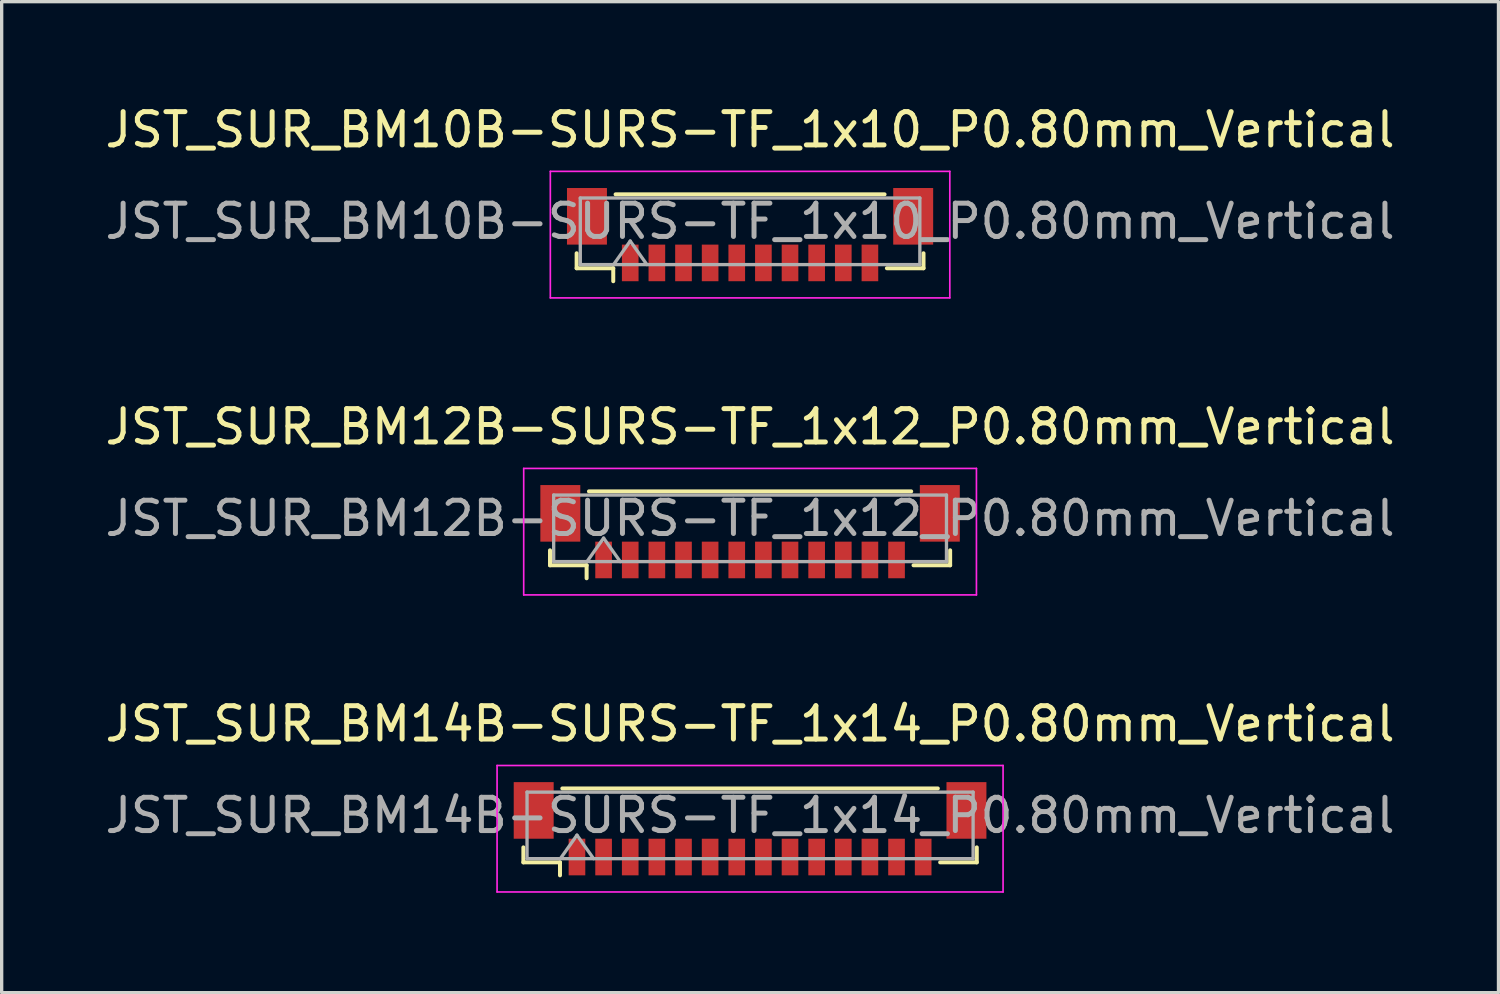
<source format=kicad_pcb>
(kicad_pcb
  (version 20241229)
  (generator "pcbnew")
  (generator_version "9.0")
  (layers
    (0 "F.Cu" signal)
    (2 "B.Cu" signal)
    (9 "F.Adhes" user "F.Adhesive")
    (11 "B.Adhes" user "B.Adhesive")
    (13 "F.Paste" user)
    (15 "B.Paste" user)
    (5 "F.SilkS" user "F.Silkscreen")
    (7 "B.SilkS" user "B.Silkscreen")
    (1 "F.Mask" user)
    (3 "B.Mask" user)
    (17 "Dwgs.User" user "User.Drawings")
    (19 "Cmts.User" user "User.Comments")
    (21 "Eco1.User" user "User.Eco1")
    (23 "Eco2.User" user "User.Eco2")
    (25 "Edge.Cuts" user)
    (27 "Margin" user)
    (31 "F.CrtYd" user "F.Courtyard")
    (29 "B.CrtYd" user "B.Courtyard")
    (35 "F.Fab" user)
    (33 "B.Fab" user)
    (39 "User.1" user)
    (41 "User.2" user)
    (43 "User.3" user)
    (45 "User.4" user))
  (footprint "JST_SUR_BM12B-SURS-TF_1x12_P0.80mm_Vertical"
    (layer "F.Cu")
    (at 19.482 12.921)
    (property "Reference" "JST_SUR_BM12B-SURS-TF_1x12_P0.80mm_Vertical" (at 0 -3.15 0) (layer "F.SilkS") (effects (font (size 1 1) (thickness 0.15))))
    (attr smd)
    (fp_line (start -6.01 0.56) (end -6.01 1.01) (stroke (width 0.12) (type solid)) (layer "F.SilkS"))
    (fp_line (start -6.01 1.01) (end -4.91 1.01) (stroke (width 0.12) (type solid)) (layer "F.SilkS"))
    (fp_line (start -4.91 1.01) (end -4.91 1.4) (stroke (width 0.12) (type solid)) (layer "F.SilkS"))
    (fp_line (start -4.84 -1.21) (end 4.84 -1.21) (stroke (width 0.12) (type solid)) (layer "F.SilkS"))
    (fp_line (start 6.01 0.56) (end 6.01 1.01) (stroke (width 0.12) (type solid)) (layer "F.SilkS"))
    (fp_line (start 6.01 1.01) (end 4.91 1.01) (stroke (width 0.12) (type solid)) (layer "F.SilkS"))
    (fp_line (start -6.8 -1.9) (end -6.8 1.9) (stroke (width 0.05) (type solid)) (layer "F.CrtYd"))
    (fp_line (start -6.8 1.9) (end 6.8 1.9) (stroke (width 0.05) (type solid)) (layer "F.CrtYd"))
    (fp_line (start 6.8 -1.9) (end -6.8 -1.9) (stroke (width 0.05) (type solid)) (layer "F.CrtYd"))
    (fp_line (start 6.8 1.9) (end 6.8 -1.9) (stroke (width 0.05) (type solid)) (layer "F.CrtYd"))
    (fp_line (start -5.9 -1.1) (end 5.9 -1.1) (stroke (width 0.1) (type solid)) (layer "F.Fab"))
    (fp_line (start -5.9 0.9) (end -5.9 -1.1) (stroke (width 0.1) (type solid)) (layer "F.Fab"))
    (fp_line (start -5.9 0.9) (end 5.9 0.9) (stroke (width 0.1) (type solid)) (layer "F.Fab"))
    (fp_line (start -4.9 0.9) (end -4.4 0.193) (stroke (width 0.1) (type solid)) (layer "F.Fab"))
    (fp_line (start -4.4 0.193) (end -3.9 0.9) (stroke (width 0.1) (type solid)) (layer "F.Fab"))
    (fp_line (start 5.9 0.9) (end 5.9 -1.1) (stroke (width 0.1) (type solid)) (layer "F.Fab"))
    (fp_text user "${REFERENCE}" (at 0 -0.4 0) (layer "F.Fab") (effects (font (size 1 1) (thickness 0.15))))
    (pad "" smd rect (at -5.7 -0.55) (size 1.2 1.7) (layers "F.Cu" "F.Mask" "F.Paste"))
    (pad "" smd rect (at 5.7 -0.55) (size 1.2 1.7) (layers "F.Cu" "F.Mask" "F.Paste"))
    (pad "1" smd rect (at -4.4 0.85) (size 0.5 1.1) (layers "F.Cu" "F.Mask" "F.Paste"))
    (pad "2" smd rect (at -3.6 0.85) (size 0.5 1.1) (layers "F.Cu" "F.Mask" "F.Paste"))
    (pad "3" smd rect (at -2.8 0.85) (size 0.5 1.1) (layers "F.Cu" "F.Mask" "F.Paste"))
    (pad "4" smd rect (at -2 0.85) (size 0.5 1.1) (layers "F.Cu" "F.Mask" "F.Paste"))
    (pad "5" smd rect (at -1.2 0.85) (size 0.5 1.1) (layers "F.Cu" "F.Mask" "F.Paste"))
    (pad "6" smd rect (at -0.4 0.85) (size 0.5 1.1) (layers "F.Cu" "F.Mask" "F.Paste"))
    (pad "7" smd rect (at 0.4 0.85) (size 0.5 1.1) (layers "F.Cu" "F.Mask" "F.Paste"))
    (pad "8" smd rect (at 1.2 0.85) (size 0.5 1.1) (layers "F.Cu" "F.Mask" "F.Paste"))
    (pad "9" smd rect (at 2 0.85) (size 0.5 1.1) (layers "F.Cu" "F.Mask" "F.Paste"))
    (pad "10" smd rect (at 2.8 0.85) (size 0.5 1.1) (layers "F.Cu" "F.Mask" "F.Paste"))
    (pad "11" smd rect (at 3.6 0.85) (size 0.5 1.1) (layers "F.Cu" "F.Mask" "F.Paste"))
    (pad "12" smd rect (at 4.4 0.85) (size 0.5 1.1) (layers "F.Cu" "F.Mask" "F.Paste")))
  (footprint "JST_SUR_BM14B-SURS-TF_1x14_P0.80mm_Vertical"
    (layer "F.Cu")
    (at 19.482 21.845)
    (property "Reference" "JST_SUR_BM14B-SURS-TF_1x14_P0.80mm_Vertical" (at 0 -3.15 0) (layer "F.SilkS") (effects (font (size 1 1) (thickness 0.15))))
    (attr smd)
    (fp_line (start -6.81 0.56) (end -6.81 1.01) (stroke (width 0.12) (type solid)) (layer "F.SilkS"))
    (fp_line (start -6.81 1.01) (end -5.71 1.01) (stroke (width 0.12) (type solid)) (layer "F.SilkS"))
    (fp_line (start -5.71 1.01) (end -5.71 1.4) (stroke (width 0.12) (type solid)) (layer "F.SilkS"))
    (fp_line (start -5.64 -1.21) (end 5.64 -1.21) (stroke (width 0.12) (type solid)) (layer "F.SilkS"))
    (fp_line (start 6.81 0.56) (end 6.81 1.01) (stroke (width 0.12) (type solid)) (layer "F.SilkS"))
    (fp_line (start 6.81 1.01) (end 5.71 1.01) (stroke (width 0.12) (type solid)) (layer "F.SilkS"))
    (fp_line (start -7.6 -1.9) (end -7.6 1.9) (stroke (width 0.05) (type solid)) (layer "F.CrtYd"))
    (fp_line (start -7.6 1.9) (end 7.6 1.9) (stroke (width 0.05) (type solid)) (layer "F.CrtYd"))
    (fp_line (start 7.6 -1.9) (end -7.6 -1.9) (stroke (width 0.05) (type solid)) (layer "F.CrtYd"))
    (fp_line (start 7.6 1.9) (end 7.6 -1.9) (stroke (width 0.05) (type solid)) (layer "F.CrtYd"))
    (fp_line (start -6.7 -1.1) (end 6.7 -1.1) (stroke (width 0.1) (type solid)) (layer "F.Fab"))
    (fp_line (start -6.7 0.9) (end -6.7 -1.1) (stroke (width 0.1) (type solid)) (layer "F.Fab"))
    (fp_line (start -6.7 0.9) (end 6.7 0.9) (stroke (width 0.1) (type solid)) (layer "F.Fab"))
    (fp_line (start -5.7 0.9) (end -5.2 0.193) (stroke (width 0.1) (type solid)) (layer "F.Fab"))
    (fp_line (start -5.2 0.193) (end -4.7 0.9) (stroke (width 0.1) (type solid)) (layer "F.Fab"))
    (fp_line (start 6.7 0.9) (end 6.7 -1.1) (stroke (width 0.1) (type solid)) (layer "F.Fab"))
    (fp_text user "${REFERENCE}" (at 0 -0.4 0) (layer "F.Fab") (effects (font (size 1 1) (thickness 0.15))))
    (pad "" smd rect (at -6.5 -0.55) (size 1.2 1.7) (layers "F.Cu" "F.Mask" "F.Paste"))
    (pad "" smd rect (at 6.5 -0.55) (size 1.2 1.7) (layers "F.Cu" "F.Mask" "F.Paste"))
    (pad "1" smd rect (at -5.2 0.85) (size 0.5 1.1) (layers "F.Cu" "F.Mask" "F.Paste"))
    (pad "2" smd rect (at -4.4 0.85) (size 0.5 1.1) (layers "F.Cu" "F.Mask" "F.Paste"))
    (pad "3" smd rect (at -3.6 0.85) (size 0.5 1.1) (layers "F.Cu" "F.Mask" "F.Paste"))
    (pad "4" smd rect (at -2.8 0.85) (size 0.5 1.1) (layers "F.Cu" "F.Mask" "F.Paste"))
    (pad "5" smd rect (at -2 0.85) (size 0.5 1.1) (layers "F.Cu" "F.Mask" "F.Paste"))
    (pad "6" smd rect (at -1.2 0.85) (size 0.5 1.1) (layers "F.Cu" "F.Mask" "F.Paste"))
    (pad "7" smd rect (at -0.4 0.85) (size 0.5 1.1) (layers "F.Cu" "F.Mask" "F.Paste"))
    (pad "8" smd rect (at 0.4 0.85) (size 0.5 1.1) (layers "F.Cu" "F.Mask" "F.Paste"))
    (pad "9" smd rect (at 1.2 0.85) (size 0.5 1.1) (layers "F.Cu" "F.Mask" "F.Paste"))
    (pad "10" smd rect (at 2 0.85) (size 0.5 1.1) (layers "F.Cu" "F.Mask" "F.Paste"))
    (pad "11" smd rect (at 2.8 0.85) (size 0.5 1.1) (layers "F.Cu" "F.Mask" "F.Paste"))
    (pad "12" smd rect (at 3.6 0.85) (size 0.5 1.1) (layers "F.Cu" "F.Mask" "F.Paste"))
    (pad "13" smd rect (at 4.4 0.85) (size 0.5 1.1) (layers "F.Cu" "F.Mask" "F.Paste"))
    (pad "14" smd rect (at 5.2 0.85) (size 0.5 1.1) (layers "F.Cu" "F.Mask" "F.Paste")))
  (footprint "JST_SUR_BM10B-SURS-TF_1x10_P0.80mm_Vertical"
    (layer "F.Cu")
    (at 19.482 3.998)
    (property "Reference" "JST_SUR_BM10B-SURS-TF_1x10_P0.80mm_Vertical" (at 0 -3.15 0) (layer "F.SilkS") (effects (font (size 1 1) (thickness 0.15))))
    (attr smd)
    (fp_line (start -5.21 0.56) (end -5.21 1.01) (stroke (width 0.12) (type solid)) (layer "F.SilkS"))
    (fp_line (start -5.21 1.01) (end -4.11 1.01) (stroke (width 0.12) (type solid)) (layer "F.SilkS"))
    (fp_line (start -4.11 1.01) (end -4.11 1.4) (stroke (width 0.12) (type solid)) (layer "F.SilkS"))
    (fp_line (start -4.04 -1.21) (end 4.04 -1.21) (stroke (width 0.12) (type solid)) (layer "F.SilkS"))
    (fp_line (start 5.21 0.56) (end 5.21 1.01) (stroke (width 0.12) (type solid)) (layer "F.SilkS"))
    (fp_line (start 5.21 1.01) (end 4.11 1.01) (stroke (width 0.12) (type solid)) (layer "F.SilkS"))
    (fp_line (start -6 -1.9) (end -6 1.9) (stroke (width 0.05) (type solid)) (layer "F.CrtYd"))
    (fp_line (start -6 1.9) (end 6 1.9) (stroke (width 0.05) (type solid)) (layer "F.CrtYd"))
    (fp_line (start 6 -1.9) (end -6 -1.9) (stroke (width 0.05) (type solid)) (layer "F.CrtYd"))
    (fp_line (start 6 1.9) (end 6 -1.9) (stroke (width 0.05) (type solid)) (layer "F.CrtYd"))
    (fp_line (start -5.1 -1.1) (end 5.1 -1.1) (stroke (width 0.1) (type solid)) (layer "F.Fab"))
    (fp_line (start -5.1 0.9) (end -5.1 -1.1) (stroke (width 0.1) (type solid)) (layer "F.Fab"))
    (fp_line (start -5.1 0.9) (end 5.1 0.9) (stroke (width 0.1) (type solid)) (layer "F.Fab"))
    (fp_line (start -4.1 0.9) (end -3.6 0.193) (stroke (width 0.1) (type solid)) (layer "F.Fab"))
    (fp_line (start -3.6 0.193) (end -3.1 0.9) (stroke (width 0.1) (type solid)) (layer "F.Fab"))
    (fp_line (start 5.1 0.9) (end 5.1 -1.1) (stroke (width 0.1) (type solid)) (layer "F.Fab"))
    (fp_text user "${REFERENCE}" (at 0 -0.4 0) (layer "F.Fab") (effects (font (size 1 1) (thickness 0.15))))
    (pad "" smd rect (at -4.9 -0.55) (size 1.2 1.7) (layers "F.Cu" "F.Mask" "F.Paste"))
    (pad "" smd rect (at 4.9 -0.55) (size 1.2 1.7) (layers "F.Cu" "F.Mask" "F.Paste"))
    (pad "1" smd rect (at -3.6 0.85) (size 0.5 1.1) (layers "F.Cu" "F.Mask" "F.Paste"))
    (pad "2" smd rect (at -2.8 0.85) (size 0.5 1.1) (layers "F.Cu" "F.Mask" "F.Paste"))
    (pad "3" smd rect (at -2 0.85) (size 0.5 1.1) (layers "F.Cu" "F.Mask" "F.Paste"))
    (pad "4" smd rect (at -1.2 0.85) (size 0.5 1.1) (layers "F.Cu" "F.Mask" "F.Paste"))
    (pad "5" smd rect (at -0.4 0.85) (size 0.5 1.1) (layers "F.Cu" "F.Mask" "F.Paste"))
    (pad "6" smd rect (at 0.4 0.85) (size 0.5 1.1) (layers "F.Cu" "F.Mask" "F.Paste"))
    (pad "7" smd rect (at 1.2 0.85) (size 0.5 1.1) (layers "F.Cu" "F.Mask" "F.Paste"))
    (pad "8" smd rect (at 2 0.85) (size 0.5 1.1) (layers "F.Cu" "F.Mask" "F.Paste"))
    (pad "9" smd rect (at 2.8 0.85) (size 0.5 1.1) (layers "F.Cu" "F.Mask" "F.Paste"))
    (pad "10" smd rect (at 3.6 0.85) (size 0.5 1.1) (layers "F.Cu" "F.Mask" "F.Paste")))
  (gr_rect
    (start -3 -3)
    (end 41.964 26.77)
    (stroke (width 0.1) (type default))
    (fill no)
    (layer "Edge.Cuts")))
</source>
